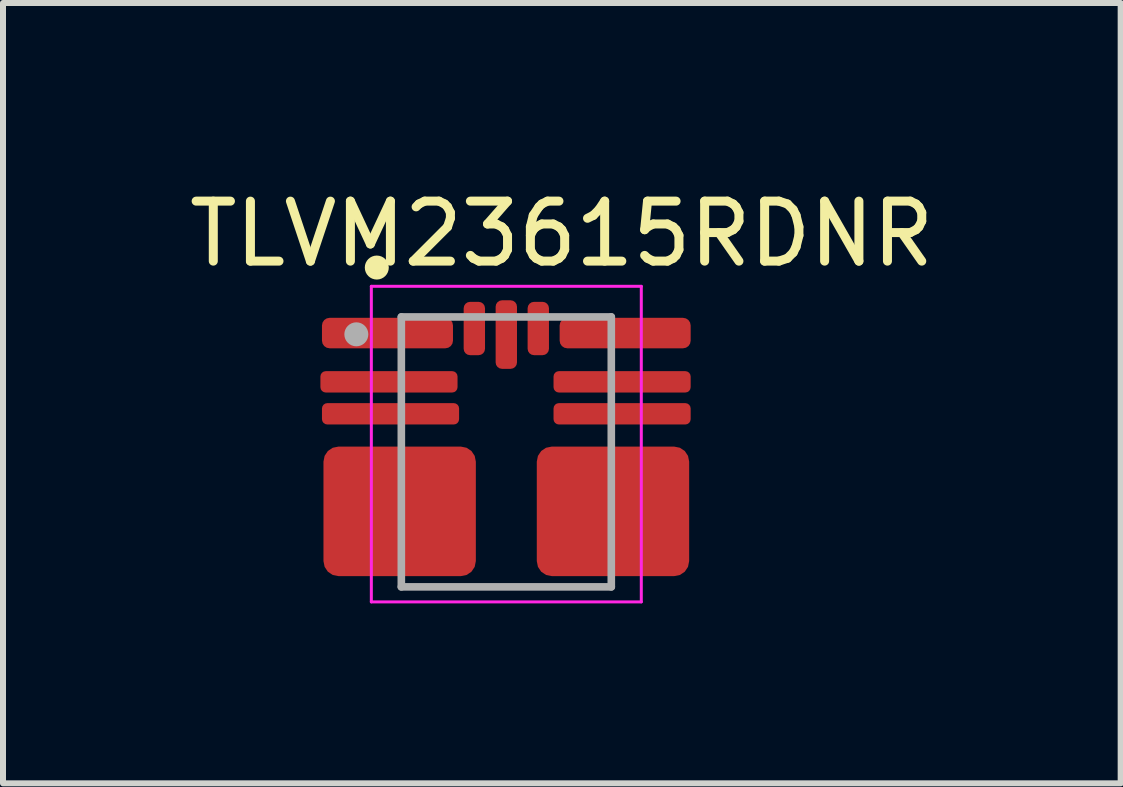
<source format=kicad_pcb>
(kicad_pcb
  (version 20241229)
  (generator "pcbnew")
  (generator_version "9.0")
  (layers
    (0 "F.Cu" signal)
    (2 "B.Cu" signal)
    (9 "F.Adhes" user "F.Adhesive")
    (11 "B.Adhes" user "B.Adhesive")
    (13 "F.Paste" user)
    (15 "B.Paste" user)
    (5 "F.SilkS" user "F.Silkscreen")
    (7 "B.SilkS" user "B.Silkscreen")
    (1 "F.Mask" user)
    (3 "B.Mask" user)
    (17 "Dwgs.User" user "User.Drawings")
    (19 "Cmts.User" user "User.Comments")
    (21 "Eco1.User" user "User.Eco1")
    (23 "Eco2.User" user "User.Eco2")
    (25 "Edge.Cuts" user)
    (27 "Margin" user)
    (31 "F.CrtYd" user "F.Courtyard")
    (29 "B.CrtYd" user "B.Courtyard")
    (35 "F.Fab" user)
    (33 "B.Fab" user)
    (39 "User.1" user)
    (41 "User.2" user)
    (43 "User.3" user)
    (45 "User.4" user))
  (footprint "TLVM23615RDNR"
    (layer "F.Cu")
    (at 5.39 4.483)
    (property "Reference" "TLVM23615RDNR" (at 0.925 -3.635 0) (layer "F.SilkS") (effects (font (size 1 1) (thickness 0.15))))
    (attr through_hole)
    (fp_circle (center -2.159 -3.073) (end -2.059 -3.073) (stroke (width 0.2) (type solid)) (fill no) (layer "F.SilkS"))
    (fp_poly (pts (xy -1.95 0.22) (xy -1.95 0.37) (xy -1.95 0.373) (xy -1.95 0.375) (xy -1.949 0.378) (xy -1.949 0.38) (xy -1.948 0.383) (xy -1.948 0.385) (xy -1.947 0.388) (xy -1.946 0.39) (xy -1.945 0.393) (xy -1.943 0.395) (xy -1.942 0.397) (xy -1.94 0.399) (xy -1.939 0.401) (xy -1.937 0.403) (xy -1.935 0.405) (xy -1.933 0.407) (xy -1.931 0.409) (xy -1.929 0.41) (xy -1.927 0.412) (xy -1.925 0.413) (xy -1.923 0.415) (xy -1.92 0.416) (xy -1.918 0.417) (xy -1.915 0.418) (xy -1.913 0.418) (xy -1.91 0.419) (xy -1.908 0.419) (xy -1.905 0.42) (xy -1.903 0.42) (xy -1.9 0.42) (xy -1.625 0.42) (xy -1.622 0.42) (xy -1.62 0.42) (xy -1.617 0.419) (xy -1.615 0.419) (xy -1.612 0.418) (xy -1.61 0.418) (xy -1.607 0.417) (xy -1.605 0.416) (xy -1.602 0.415) (xy -1.6 0.413) (xy -1.598 0.412) (xy -1.596 0.41) (xy -1.594 0.409) (xy -1.592 0.407) (xy -1.59 0.405) (xy -1.588 0.403) (xy -1.586 0.401) (xy -1.585 0.399) (xy -1.583 0.397) (xy -1.582 0.395) (xy -1.58 0.393) (xy -1.579 0.39) (xy -1.578 0.388) (xy -1.577 0.385) (xy -1.577 0.383) (xy -1.576 0.38) (xy -1.576 0.378) (xy -1.575 0.375) (xy -1.575 0.373) (xy -1.575 0.37) (xy -1.575 0.22) (xy -1.575 0.217) (xy -1.575 0.215) (xy -1.576 0.212) (xy -1.576 0.21) (xy -1.577 0.207) (xy -1.577 0.205) (xy -1.578 0.202) (xy -1.579 0.2) (xy -1.58 0.197) (xy -1.582 0.195) (xy -1.583 0.193) (xy -1.585 0.191) (xy -1.586 0.189) (xy -1.588 0.187) (xy -1.59 0.185) (xy -1.592 0.183) (xy -1.594 0.181) (xy -1.596 0.18) (xy -1.598 0.178) (xy -1.6 0.177) (xy -1.602 0.175) (xy -1.605 0.174) (xy -1.607 0.173) (xy -1.61 0.172) (xy -1.612 0.172) (xy -1.615 0.171) (xy -1.617 0.171) (xy -1.62 0.17) (xy -1.622 0.17) (xy -1.625 0.17) (xy -1.9 0.17) (xy -1.903 0.17) (xy -1.905 0.17) (xy -1.908 0.171) (xy -1.91 0.171) (xy -1.913 0.172) (xy -1.915 0.172) (xy -1.918 0.173) (xy -1.92 0.174) (xy -1.923 0.175) (xy -1.925 0.177) (xy -1.927 0.178) (xy -1.929 0.18) (xy -1.931 0.181) (xy -1.933 0.183) (xy -1.935 0.185) (xy -1.937 0.187) (xy -1.939 0.189) (xy -1.94 0.191) (xy -1.942 0.193) (xy -1.943 0.195) (xy -1.945 0.197) (xy -1.946 0.2) (xy -1.947 0.202) (xy -1.948 0.205) (xy -1.948 0.207) (xy -1.949 0.21) (xy -1.949 0.212) (xy -1.95 0.215) (xy -1.95 0.217) (xy -1.95 0.22)) (stroke (width 0.01) (type solid)) (fill yes) (layer "F.Paste"))
    (fp_poly (pts (xy -1.95 0.72) (xy -1.95 0.87) (xy -1.95 0.873) (xy -1.95 0.875) (xy -1.949 0.878) (xy -1.949 0.88) (xy -1.948 0.883) (xy -1.948 0.885) (xy -1.947 0.888) (xy -1.946 0.89) (xy -1.945 0.893) (xy -1.943 0.895) (xy -1.942 0.897) (xy -1.94 0.899) (xy -1.939 0.901) (xy -1.937 0.903) (xy -1.935 0.905) (xy -1.933 0.907) (xy -1.931 0.909) (xy -1.929 0.91) (xy -1.927 0.912) (xy -1.925 0.913) (xy -1.923 0.915) (xy -1.92 0.916) (xy -1.918 0.917) (xy -1.915 0.918) (xy -1.913 0.918) (xy -1.91 0.919) (xy -1.908 0.919) (xy -1.905 0.92) (xy -1.903 0.92) (xy -1.9 0.92) (xy -1.625 0.92) (xy -1.622 0.92) (xy -1.62 0.92) (xy -1.617 0.919) (xy -1.615 0.919) (xy -1.612 0.918) (xy -1.61 0.918) (xy -1.607 0.917) (xy -1.605 0.916) (xy -1.602 0.915) (xy -1.6 0.913) (xy -1.598 0.912) (xy -1.596 0.91) (xy -1.594 0.909) (xy -1.592 0.907) (xy -1.59 0.905) (xy -1.588 0.903) (xy -1.586 0.901) (xy -1.585 0.899) (xy -1.583 0.897) (xy -1.582 0.895) (xy -1.58 0.893) (xy -1.579 0.89) (xy -1.578 0.888) (xy -1.577 0.885) (xy -1.577 0.883) (xy -1.576 0.88) (xy -1.576 0.878) (xy -1.575 0.875) (xy -1.575 0.873) (xy -1.575 0.87) (xy -1.575 0.72) (xy -1.575 0.717) (xy -1.575 0.715) (xy -1.576 0.712) (xy -1.576 0.71) (xy -1.577 0.707) (xy -1.577 0.705) (xy -1.578 0.702) (xy -1.579 0.7) (xy -1.58 0.697) (xy -1.582 0.695) (xy -1.583 0.693) (xy -1.585 0.691) (xy -1.586 0.689) (xy -1.588 0.687) (xy -1.59 0.685) (xy -1.592 0.683) (xy -1.594 0.681) (xy -1.596 0.68) (xy -1.598 0.678) (xy -1.6 0.677) (xy -1.602 0.675) (xy -1.605 0.674) (xy -1.607 0.673) (xy -1.61 0.672) (xy -1.612 0.672) (xy -1.615 0.671) (xy -1.617 0.671) (xy -1.62 0.67) (xy -1.622 0.67) (xy -1.625 0.67) (xy -1.9 0.67) (xy -1.903 0.67) (xy -1.905 0.67) (xy -1.908 0.671) (xy -1.91 0.671) (xy -1.913 0.672) (xy -1.915 0.672) (xy -1.918 0.673) (xy -1.92 0.674) (xy -1.923 0.675) (xy -1.925 0.677) (xy -1.927 0.678) (xy -1.929 0.68) (xy -1.931 0.681) (xy -1.933 0.683) (xy -1.935 0.685) (xy -1.937 0.687) (xy -1.939 0.689) (xy -1.94 0.691) (xy -1.942 0.693) (xy -1.943 0.695) (xy -1.945 0.697) (xy -1.946 0.7) (xy -1.947 0.702) (xy -1.948 0.705) (xy -1.948 0.707) (xy -1.949 0.71) (xy -1.949 0.712) (xy -1.95 0.715) (xy -1.95 0.717) (xy -1.95 0.72)) (stroke (width 0.01) (type solid)) (fill yes) (layer "F.Paste"))
    (fp_poly (pts (xy -1.95 1.72) (xy -1.95 1.87) (xy -1.95 1.873) (xy -1.95 1.875) (xy -1.949 1.878) (xy -1.949 1.88) (xy -1.948 1.883) (xy -1.948 1.885) (xy -1.947 1.888) (xy -1.946 1.89) (xy -1.945 1.893) (xy -1.943 1.895) (xy -1.942 1.897) (xy -1.94 1.899) (xy -1.939 1.901) (xy -1.937 1.903) (xy -1.935 1.905) (xy -1.933 1.907) (xy -1.931 1.909) (xy -1.929 1.91) (xy -1.927 1.912) (xy -1.925 1.913) (xy -1.923 1.915) (xy -1.92 1.916) (xy -1.918 1.917) (xy -1.915 1.918) (xy -1.913 1.918) (xy -1.91 1.919) (xy -1.908 1.919) (xy -1.905 1.92) (xy -1.903 1.92) (xy -1.9 1.92) (xy -1.625 1.92) (xy -1.622 1.92) (xy -1.62 1.92) (xy -1.617 1.919) (xy -1.615 1.919) (xy -1.612 1.918) (xy -1.61 1.918) (xy -1.607 1.917) (xy -1.605 1.916) (xy -1.602 1.915) (xy -1.6 1.913) (xy -1.598 1.912) (xy -1.596 1.91) (xy -1.594 1.909) (xy -1.592 1.907) (xy -1.59 1.905) (xy -1.588 1.903) (xy -1.586 1.901) (xy -1.585 1.899) (xy -1.583 1.897) (xy -1.582 1.895) (xy -1.58 1.893) (xy -1.579 1.89) (xy -1.578 1.888) (xy -1.577 1.885) (xy -1.577 1.883) (xy -1.576 1.88) (xy -1.576 1.878) (xy -1.575 1.875) (xy -1.575 1.873) (xy -1.575 1.87) (xy -1.575 1.72) (xy -1.575 1.717) (xy -1.575 1.715) (xy -1.576 1.712) (xy -1.576 1.71) (xy -1.577 1.707) (xy -1.577 1.705) (xy -1.578 1.702) (xy -1.579 1.7) (xy -1.58 1.697) (xy -1.582 1.695) (xy -1.583 1.693) (xy -1.585 1.691) (xy -1.586 1.689) (xy -1.588 1.687) (xy -1.59 1.685) (xy -1.592 1.683) (xy -1.594 1.681) (xy -1.596 1.68) (xy -1.598 1.678) (xy -1.6 1.677) (xy -1.602 1.675) (xy -1.605 1.674) (xy -1.607 1.673) (xy -1.61 1.672) (xy -1.612 1.672) (xy -1.615 1.671) (xy -1.617 1.671) (xy -1.62 1.67) (xy -1.622 1.67) (xy -1.625 1.67) (xy -1.9 1.67) (xy -1.903 1.67) (xy -1.905 1.67) (xy -1.908 1.671) (xy -1.91 1.671) (xy -1.913 1.672) (xy -1.915 1.672) (xy -1.918 1.673) (xy -1.92 1.674) (xy -1.923 1.675) (xy -1.925 1.677) (xy -1.927 1.678) (xy -1.929 1.68) (xy -1.931 1.681) (xy -1.933 1.683) (xy -1.935 1.685) (xy -1.937 1.687) (xy -1.939 1.689) (xy -1.94 1.691) (xy -1.942 1.693) (xy -1.943 1.695) (xy -1.945 1.697) (xy -1.946 1.7) (xy -1.947 1.702) (xy -1.948 1.705) (xy -1.948 1.707) (xy -1.949 1.71) (xy -1.949 1.712) (xy -1.95 1.715) (xy -1.95 1.717) (xy -1.95 1.72)) (stroke (width 0.01) (type solid)) (fill yes) (layer "F.Paste"))
    (fp_poly (pts (xy -1.9 1.42) (xy -1.903 1.42) (xy -1.905 1.42) (xy -1.908 1.419) (xy -1.91 1.419) (xy -1.913 1.418) (xy -1.915 1.418) (xy -1.918 1.417) (xy -1.92 1.416) (xy -1.923 1.415) (xy -1.925 1.413) (xy -1.927 1.412) (xy -1.929 1.41) (xy -1.931 1.409) (xy -1.933 1.407) (xy -1.935 1.405) (xy -1.937 1.403) (xy -1.939 1.401) (xy -1.94 1.399) (xy -1.942 1.397) (xy -1.943 1.395) (xy -1.945 1.393) (xy -1.946 1.39) (xy -1.947 1.388) (xy -1.948 1.385) (xy -1.948 1.383) (xy -1.949 1.38) (xy -1.949 1.378) (xy -1.95 1.375) (xy -1.95 1.373) (xy -1.95 1.37) (xy -1.95 1.22) (xy -1.95 1.217) (xy -1.95 1.215) (xy -1.949 1.212) (xy -1.949 1.21) (xy -1.948 1.207) (xy -1.948 1.205) (xy -1.947 1.202) (xy -1.946 1.2) (xy -1.945 1.197) (xy -1.943 1.195) (xy -1.942 1.193) (xy -1.94 1.191) (xy -1.939 1.189) (xy -1.937 1.187) (xy -1.935 1.185) (xy -1.933 1.183) (xy -1.931 1.181) (xy -1.929 1.18) (xy -1.927 1.178) (xy -1.925 1.177) (xy -1.923 1.175) (xy -1.92 1.174) (xy -1.918 1.173) (xy -1.915 1.172) (xy -1.913 1.172) (xy -1.91 1.171) (xy -1.908 1.171) (xy -1.905 1.17) (xy -1.903 1.17) (xy -1.9 1.17) (xy -1.625 1.17) (xy -1.622 1.17) (xy -1.62 1.17) (xy -1.617 1.171) (xy -1.615 1.171) (xy -1.612 1.172) (xy -1.61 1.172) (xy -1.607 1.173) (xy -1.605 1.174) (xy -1.602 1.175) (xy -1.6 1.177) (xy -1.598 1.178) (xy -1.596 1.18) (xy -1.594 1.181) (xy -1.592 1.183) (xy -1.59 1.185) (xy -1.588 1.187) (xy -1.586 1.189) (xy -1.585 1.191) (xy -1.583 1.193) (xy -1.582 1.195) (xy -1.58 1.197) (xy -1.579 1.2) (xy -1.578 1.202) (xy -1.577 1.205) (xy -1.577 1.207) (xy -1.576 1.21) (xy -1.576 1.212) (xy -1.575 1.215) (xy -1.575 1.217) (xy -1.575 1.22) (xy -1.575 1.37) (xy -1.575 1.373) (xy -1.575 1.375) (xy -1.576 1.378) (xy -1.576 1.38) (xy -1.577 1.383) (xy -1.577 1.385) (xy -1.578 1.388) (xy -1.579 1.39) (xy -1.58 1.393) (xy -1.582 1.395) (xy -1.583 1.397) (xy -1.585 1.399) (xy -1.586 1.401) (xy -1.588 1.403) (xy -1.59 1.405) (xy -1.592 1.407) (xy -1.594 1.409) (xy -1.596 1.41) (xy -1.598 1.412) (xy -1.6 1.413) (xy -1.602 1.415) (xy -1.605 1.416) (xy -1.607 1.417) (xy -1.61 1.418) (xy -1.612 1.418) (xy -1.615 1.419) (xy -1.617 1.419) (xy -1.62 1.42) (xy -1.622 1.42) (xy -1.625 1.42) (xy -1.9 1.42)) (stroke (width 0.01) (type solid)) (fill yes) (layer "F.Paste"))
    (fp_poly (pts (xy -1.482 0.02) (xy -1.482 0.43) (xy -1.482 0.433) (xy -1.482 0.435) (xy -1.481 0.438) (xy -1.481 0.44) (xy -1.48 0.443) (xy -1.48 0.445) (xy -1.479 0.448) (xy -1.478 0.45) (xy -1.477 0.453) (xy -1.475 0.455) (xy -1.474 0.457) (xy -1.472 0.459) (xy -1.471 0.461) (xy -1.469 0.463) (xy -1.467 0.465) (xy -1.465 0.467) (xy -1.463 0.469) (xy -1.461 0.47) (xy -1.459 0.472) (xy -1.457 0.473) (xy -1.455 0.475) (xy -1.452 0.476) (xy -1.45 0.477) (xy -1.447 0.478) (xy -1.445 0.478) (xy -1.442 0.479) (xy -1.44 0.479) (xy -1.437 0.48) (xy -1.435 0.48) (xy -1.432 0.48) (xy -0.602 0.48) (xy -0.599 0.48) (xy -0.597 0.48) (xy -0.594 0.479) (xy -0.592 0.479) (xy -0.589 0.478) (xy -0.587 0.478) (xy -0.584 0.477) (xy -0.582 0.476) (xy -0.579 0.475) (xy -0.577 0.473) (xy -0.575 0.472) (xy -0.573 0.47) (xy -0.571 0.469) (xy -0.569 0.467) (xy -0.567 0.465) (xy -0.565 0.463) (xy -0.563 0.461) (xy -0.562 0.459) (xy -0.56 0.457) (xy -0.559 0.455) (xy -0.557 0.453) (xy -0.556 0.45) (xy -0.555 0.448) (xy -0.554 0.445) (xy -0.554 0.443) (xy -0.553 0.44) (xy -0.553 0.438) (xy -0.552 0.435) (xy -0.552 0.433) (xy -0.552 0.43) (xy -0.552 0.02) (xy -0.552 0.017) (xy -0.552 0.015) (xy -0.553 0.012) (xy -0.553 0.01) (xy -0.554 0.007) (xy -0.554 0.005) (xy -0.555 0.002) (xy -0.556 0) (xy -0.557 -0.003) (xy -0.559 -0.005) (xy -0.56 -0.007) (xy -0.562 -0.009) (xy -0.563 -0.011) (xy -0.565 -0.013) (xy -0.567 -0.015) (xy -0.569 -0.017) (xy -0.571 -0.019) (xy -0.573 -0.02) (xy -0.575 -0.022) (xy -0.577 -0.023) (xy -0.579 -0.025) (xy -0.582 -0.026) (xy -0.584 -0.027) (xy -0.587 -0.028) (xy -0.589 -0.028) (xy -0.592 -0.029) (xy -0.594 -0.029) (xy -0.597 -0.03) (xy -0.599 -0.03) (xy -0.602 -0.03) (xy -1.432 -0.03) (xy -1.435 -0.03) (xy -1.437 -0.03) (xy -1.44 -0.029) (xy -1.442 -0.029) (xy -1.445 -0.028) (xy -1.447 -0.028) (xy -1.45 -0.027) (xy -1.452 -0.026) (xy -1.455 -0.025) (xy -1.457 -0.023) (xy -1.459 -0.022) (xy -1.461 -0.02) (xy -1.463 -0.019) (xy -1.465 -0.017) (xy -1.467 -0.015) (xy -1.469 -0.013) (xy -1.471 -0.011) (xy -1.472 -0.009) (xy -1.474 -0.007) (xy -1.475 -0.005) (xy -1.477 -0.003) (xy -1.478 0) (xy -1.479 0.002) (xy -1.48 0.005) (xy -1.48 0.007) (xy -1.481 0.01) (xy -1.481 0.012) (xy -1.482 0.015) (xy -1.482 0.017) (xy -1.482 0.02)) (stroke (width 0.01) (type solid)) (fill yes) (layer "F.Paste"))
    (fp_poly (pts (xy -1.482 0.735) (xy -1.482 1.255) (xy -1.482 1.258) (xy -1.482 1.26) (xy -1.481 1.263) (xy -1.481 1.265) (xy -1.48 1.268) (xy -1.48 1.27) (xy -1.479 1.273) (xy -1.478 1.275) (xy -1.477 1.278) (xy -1.475 1.28) (xy -1.474 1.282) (xy -1.472 1.284) (xy -1.471 1.286) (xy -1.469 1.288) (xy -1.467 1.29) (xy -1.465 1.292) (xy -1.463 1.294) (xy -1.461 1.295) (xy -1.459 1.297) (xy -1.457 1.298) (xy -1.455 1.3) (xy -1.452 1.301) (xy -1.45 1.302) (xy -1.447 1.303) (xy -1.445 1.303) (xy -1.442 1.304) (xy -1.44 1.304) (xy -1.437 1.305) (xy -1.435 1.305) (xy -1.432 1.305) (xy -0.602 1.305) (xy -0.599 1.305) (xy -0.597 1.305) (xy -0.594 1.304) (xy -0.592 1.304) (xy -0.589 1.303) (xy -0.587 1.303) (xy -0.584 1.302) (xy -0.582 1.301) (xy -0.579 1.3) (xy -0.577 1.298) (xy -0.575 1.297) (xy -0.573 1.295) (xy -0.571 1.294) (xy -0.569 1.292) (xy -0.567 1.29) (xy -0.565 1.288) (xy -0.563 1.286) (xy -0.562 1.284) (xy -0.56 1.282) (xy -0.559 1.28) (xy -0.557 1.278) (xy -0.556 1.275) (xy -0.555 1.273) (xy -0.554 1.27) (xy -0.554 1.268) (xy -0.553 1.265) (xy -0.553 1.263) (xy -0.552 1.26) (xy -0.552 1.258) (xy -0.552 1.255) (xy -0.552 0.735) (xy -0.552 0.732) (xy -0.552 0.73) (xy -0.553 0.727) (xy -0.553 0.725) (xy -0.554 0.722) (xy -0.554 0.72) (xy -0.555 0.717) (xy -0.556 0.715) (xy -0.557 0.712) (xy -0.559 0.71) (xy -0.56 0.708) (xy -0.562 0.706) (xy -0.563 0.704) (xy -0.565 0.702) (xy -0.567 0.7) (xy -0.569 0.698) (xy -0.571 0.696) (xy -0.573 0.695) (xy -0.575 0.693) (xy -0.577 0.692) (xy -0.579 0.69) (xy -0.582 0.689) (xy -0.584 0.688) (xy -0.587 0.687) (xy -0.589 0.687) (xy -0.592 0.686) (xy -0.594 0.686) (xy -0.597 0.685) (xy -0.599 0.685) (xy -0.602 0.685) (xy -1.432 0.685) (xy -1.435 0.685) (xy -1.437 0.685) (xy -1.44 0.686) (xy -1.442 0.686) (xy -1.445 0.687) (xy -1.447 0.687) (xy -1.45 0.688) (xy -1.452 0.689) (xy -1.455 0.69) (xy -1.457 0.692) (xy -1.459 0.693) (xy -1.461 0.695) (xy -1.463 0.696) (xy -1.465 0.698) (xy -1.467 0.7) (xy -1.469 0.702) (xy -1.471 0.704) (xy -1.472 0.706) (xy -1.474 0.708) (xy -1.475 0.71) (xy -1.477 0.712) (xy -1.478 0.715) (xy -1.479 0.717) (xy -1.48 0.72) (xy -1.48 0.722) (xy -1.481 0.725) (xy -1.481 0.727) (xy -1.482 0.73) (xy -1.482 0.732) (xy -1.482 0.735)) (stroke (width 0.01) (type solid)) (fill yes) (layer "F.Paste"))
    (fp_poly (pts (xy -1.432 2.02) (xy -1.435 2.02) (xy -1.437 2.02) (xy -1.44 2.019) (xy -1.442 2.019) (xy -1.445 2.018) (xy -1.447 2.018) (xy -1.45 2.017) (xy -1.452 2.016) (xy -1.455 2.015) (xy -1.457 2.013) (xy -1.459 2.012) (xy -1.461 2.01) (xy -1.463 2.009) (xy -1.465 2.007) (xy -1.467 2.005) (xy -1.469 2.003) (xy -1.471 2.001) (xy -1.472 1.999) (xy -1.474 1.997) (xy -1.475 1.995) (xy -1.477 1.993) (xy -1.478 1.99) (xy -1.479 1.988) (xy -1.48 1.985) (xy -1.48 1.983) (xy -1.481 1.98) (xy -1.481 1.978) (xy -1.482 1.975) (xy -1.482 1.973) (xy -1.482 1.97) (xy -1.482 1.56) (xy -1.482 1.557) (xy -1.482 1.555) (xy -1.481 1.552) (xy -1.481 1.55) (xy -1.48 1.547) (xy -1.48 1.545) (xy -1.479 1.542) (xy -1.478 1.54) (xy -1.477 1.537) (xy -1.475 1.535) (xy -1.474 1.533) (xy -1.472 1.531) (xy -1.471 1.529) (xy -1.469 1.527) (xy -1.467 1.525) (xy -1.465 1.523) (xy -1.463 1.521) (xy -1.461 1.52) (xy -1.459 1.518) (xy -1.457 1.517) (xy -1.455 1.515) (xy -1.452 1.514) (xy -1.45 1.513) (xy -1.447 1.512) (xy -1.445 1.512) (xy -1.442 1.511) (xy -1.44 1.511) (xy -1.437 1.51) (xy -1.435 1.51) (xy -1.432 1.51) (xy -0.602 1.51) (xy -0.599 1.51) (xy -0.597 1.51) (xy -0.594 1.511) (xy -0.592 1.511) (xy -0.589 1.512) (xy -0.587 1.512) (xy -0.584 1.513) (xy -0.582 1.514) (xy -0.579 1.515) (xy -0.577 1.517) (xy -0.575 1.518) (xy -0.573 1.52) (xy -0.571 1.521) (xy -0.569 1.523) (xy -0.567 1.525) (xy -0.565 1.527) (xy -0.563 1.529) (xy -0.562 1.531) (xy -0.56 1.533) (xy -0.559 1.535) (xy -0.557 1.537) (xy -0.556 1.54) (xy -0.555 1.542) (xy -0.554 1.545) (xy -0.554 1.547) (xy -0.553 1.55) (xy -0.553 1.552) (xy -0.552 1.555) (xy -0.552 1.557) (xy -0.552 1.56) (xy -0.552 1.97) (xy -0.552 1.973) (xy -0.552 1.975) (xy -0.553 1.978) (xy -0.553 1.98) (xy -0.554 1.983) (xy -0.554 1.985) (xy -0.555 1.988) (xy -0.556 1.99) (xy -0.557 1.993) (xy -0.559 1.995) (xy -0.56 1.997) (xy -0.562 1.999) (xy -0.563 2.001) (xy -0.565 2.003) (xy -0.567 2.005) (xy -0.569 2.007) (xy -0.571 2.009) (xy -0.573 2.01) (xy -0.575 2.012) (xy -0.577 2.013) (xy -0.579 2.015) (xy -0.582 2.016) (xy -0.584 2.017) (xy -0.587 2.018) (xy -0.589 2.018) (xy -0.592 2.019) (xy -0.594 2.019) (xy -0.597 2.02) (xy -0.599 2.02) (xy -0.602 2.02) (xy -1.432 2.02)) (stroke (width 0.01) (type solid)) (fill yes) (layer "F.Paste"))
    (fp_poly (pts (xy -0.625 -2.41) (xy -0.625 -1.71) (xy -0.625 -1.707) (xy -0.625 -1.705) (xy -0.624 -1.702) (xy -0.624 -1.7) (xy -0.623 -1.697) (xy -0.623 -1.695) (xy -0.622 -1.692) (xy -0.621 -1.69) (xy -0.62 -1.687) (xy -0.618 -1.685) (xy -0.617 -1.683) (xy -0.615 -1.681) (xy -0.614 -1.679) (xy -0.612 -1.677) (xy -0.61 -1.675) (xy -0.608 -1.673) (xy -0.606 -1.671) (xy -0.604 -1.67) (xy -0.602 -1.668) (xy -0.6 -1.667) (xy -0.598 -1.665) (xy -0.595 -1.664) (xy -0.593 -1.663) (xy -0.59 -1.662) (xy -0.588 -1.662) (xy -0.585 -1.661) (xy -0.583 -1.661) (xy -0.58 -1.66) (xy -0.578 -1.66) (xy -0.575 -1.66) (xy -0.425 -1.66) (xy -0.422 -1.66) (xy -0.42 -1.66) (xy -0.417 -1.661) (xy -0.415 -1.661) (xy -0.412 -1.662) (xy -0.41 -1.662) (xy -0.407 -1.663) (xy -0.405 -1.664) (xy -0.402 -1.665) (xy -0.4 -1.667) (xy -0.398 -1.668) (xy -0.396 -1.67) (xy -0.394 -1.671) (xy -0.392 -1.673) (xy -0.39 -1.675) (xy -0.388 -1.677) (xy -0.386 -1.679) (xy -0.385 -1.681) (xy -0.383 -1.683) (xy -0.382 -1.685) (xy -0.38 -1.687) (xy -0.379 -1.69) (xy -0.378 -1.692) (xy -0.377 -1.695) (xy -0.377 -1.697) (xy -0.376 -1.7) (xy -0.376 -1.702) (xy -0.375 -1.705) (xy -0.375 -1.707) (xy -0.375 -1.71) (xy -0.375 -2.41) (xy -0.375 -2.413) (xy -0.375 -2.415) (xy -0.376 -2.418) (xy -0.376 -2.42) (xy -0.377 -2.423) (xy -0.377 -2.425) (xy -0.378 -2.428) (xy -0.379 -2.43) (xy -0.38 -2.433) (xy -0.382 -2.435) (xy -0.383 -2.437) (xy -0.385 -2.439) (xy -0.386 -2.441) (xy -0.388 -2.443) (xy -0.39 -2.445) (xy -0.392 -2.447) (xy -0.394 -2.449) (xy -0.396 -2.45) (xy -0.398 -2.452) (xy -0.4 -2.453) (xy -0.402 -2.455) (xy -0.405 -2.456) (xy -0.407 -2.457) (xy -0.41 -2.458) (xy -0.412 -2.458) (xy -0.415 -2.459) (xy -0.417 -2.459) (xy -0.42 -2.46) (xy -0.422 -2.46) (xy -0.425 -2.46) (xy -0.575 -2.46) (xy -0.578 -2.46) (xy -0.58 -2.46) (xy -0.583 -2.459) (xy -0.585 -2.459) (xy -0.588 -2.458) (xy -0.59 -2.458) (xy -0.593 -2.457) (xy -0.595 -2.456) (xy -0.598 -2.455) (xy -0.6 -2.453) (xy -0.602 -2.452) (xy -0.604 -2.45) (xy -0.606 -2.449) (xy -0.608 -2.447) (xy -0.61 -2.445) (xy -0.612 -2.443) (xy -0.614 -2.441) (xy -0.615 -2.439) (xy -0.617 -2.437) (xy -0.618 -2.435) (xy -0.62 -2.433) (xy -0.621 -2.43) (xy -0.622 -2.428) (xy -0.623 -2.425) (xy -0.623 -2.423) (xy -0.624 -2.42) (xy -0.624 -2.418) (xy -0.625 -2.415) (xy -0.625 -2.413) (xy -0.625 -2.41)) (stroke (width 0.01) (type solid)) (fill yes) (layer "F.Paste"))
    (fp_poly (pts (xy 0.625 -2.41) (xy 0.625 -1.71) (xy 0.625 -1.707) (xy 0.625 -1.705) (xy 0.624 -1.702) (xy 0.624 -1.7) (xy 0.623 -1.697) (xy 0.623 -1.695) (xy 0.622 -1.692) (xy 0.621 -1.69) (xy 0.62 -1.687) (xy 0.618 -1.685) (xy 0.617 -1.683) (xy 0.615 -1.681) (xy 0.614 -1.679) (xy 0.612 -1.677) (xy 0.61 -1.675) (xy 0.608 -1.673) (xy 0.606 -1.671) (xy 0.604 -1.67) (xy 0.602 -1.668) (xy 0.6 -1.667) (xy 0.598 -1.665) (xy 0.595 -1.664) (xy 0.593 -1.663) (xy 0.59 -1.662) (xy 0.588 -1.662) (xy 0.585 -1.661) (xy 0.583 -1.661) (xy 0.58 -1.66) (xy 0.578 -1.66) (xy 0.575 -1.66) (xy 0.425 -1.66) (xy 0.422 -1.66) (xy 0.42 -1.66) (xy 0.417 -1.661) (xy 0.415 -1.661) (xy 0.412 -1.662) (xy 0.41 -1.662) (xy 0.407 -1.663) (xy 0.405 -1.664) (xy 0.402 -1.665) (xy 0.4 -1.667) (xy 0.398 -1.668) (xy 0.396 -1.67) (xy 0.394 -1.671) (xy 0.392 -1.673) (xy 0.39 -1.675) (xy 0.388 -1.677) (xy 0.386 -1.679) (xy 0.385 -1.681) (xy 0.383 -1.683) (xy 0.382 -1.685) (xy 0.38 -1.687) (xy 0.379 -1.69) (xy 0.378 -1.692) (xy 0.377 -1.695) (xy 0.377 -1.697) (xy 0.376 -1.7) (xy 0.376 -1.702) (xy 0.375 -1.705) (xy 0.375 -1.707) (xy 0.375 -1.71) (xy 0.375 -2.41) (xy 0.375 -2.413) (xy 0.375 -2.415) (xy 0.376 -2.418) (xy 0.376 -2.42) (xy 0.377 -2.423) (xy 0.377 -2.425) (xy 0.378 -2.428) (xy 0.379 -2.43) (xy 0.38 -2.433) (xy 0.382 -2.435) (xy 0.383 -2.437) (xy 0.385 -2.439) (xy 0.386 -2.441) (xy 0.388 -2.443) (xy 0.39 -2.445) (xy 0.392 -2.447) (xy 0.394 -2.449) (xy 0.396 -2.45) (xy 0.398 -2.452) (xy 0.4 -2.453) (xy 0.402 -2.455) (xy 0.405 -2.456) (xy 0.407 -2.457) (xy 0.41 -2.458) (xy 0.412 -2.458) (xy 0.415 -2.459) (xy 0.417 -2.459) (xy 0.42 -2.46) (xy 0.422 -2.46) (xy 0.425 -2.46) (xy 0.575 -2.46) (xy 0.578 -2.46) (xy 0.58 -2.46) (xy 0.583 -2.459) (xy 0.585 -2.459) (xy 0.588 -2.458) (xy 0.59 -2.458) (xy 0.593 -2.457) (xy 0.595 -2.456) (xy 0.598 -2.455) (xy 0.6 -2.453) (xy 0.602 -2.452) (xy 0.604 -2.45) (xy 0.606 -2.449) (xy 0.608 -2.447) (xy 0.61 -2.445) (xy 0.612 -2.443) (xy 0.614 -2.441) (xy 0.615 -2.439) (xy 0.617 -2.437) (xy 0.618 -2.435) (xy 0.62 -2.433) (xy 0.621 -2.43) (xy 0.622 -2.428) (xy 0.623 -2.425) (xy 0.623 -2.423) (xy 0.624 -2.42) (xy 0.624 -2.418) (xy 0.625 -2.415) (xy 0.625 -2.413) (xy 0.625 -2.41)) (stroke (width 0.01) (type solid)) (fill yes) (layer "F.Paste"))
    (fp_poly (pts (xy 1.432 2.02) (xy 1.435 2.02) (xy 1.437 2.02) (xy 1.44 2.019) (xy 1.442 2.019) (xy 1.445 2.018) (xy 1.447 2.018) (xy 1.45 2.017) (xy 1.452 2.016) (xy 1.455 2.015) (xy 1.457 2.013) (xy 1.459 2.012) (xy 1.461 2.01) (xy 1.463 2.009) (xy 1.465 2.007) (xy 1.467 2.005) (xy 1.469 2.003) (xy 1.471 2.001) (xy 1.472 1.999) (xy 1.474 1.997) (xy 1.475 1.995) (xy 1.477 1.993) (xy 1.478 1.99) (xy 1.479 1.988) (xy 1.48 1.985) (xy 1.48 1.983) (xy 1.481 1.98) (xy 1.481 1.978) (xy 1.482 1.975) (xy 1.482 1.973) (xy 1.482 1.97) (xy 1.482 1.56) (xy 1.482 1.557) (xy 1.482 1.555) (xy 1.481 1.552) (xy 1.481 1.55) (xy 1.48 1.547) (xy 1.48 1.545) (xy 1.479 1.542) (xy 1.478 1.54) (xy 1.477 1.537) (xy 1.475 1.535) (xy 1.474 1.533) (xy 1.472 1.531) (xy 1.471 1.529) (xy 1.469 1.527) (xy 1.467 1.525) (xy 1.465 1.523) (xy 1.463 1.521) (xy 1.461 1.52) (xy 1.459 1.518) (xy 1.457 1.517) (xy 1.455 1.515) (xy 1.452 1.514) (xy 1.45 1.513) (xy 1.447 1.512) (xy 1.445 1.512) (xy 1.442 1.511) (xy 1.44 1.511) (xy 1.437 1.51) (xy 1.435 1.51) (xy 1.432 1.51) (xy 0.602 1.51) (xy 0.599 1.51) (xy 0.597 1.51) (xy 0.594 1.511) (xy 0.592 1.511) (xy 0.589 1.512) (xy 0.587 1.512) (xy 0.584 1.513) (xy 0.582 1.514) (xy 0.579 1.515) (xy 0.577 1.517) (xy 0.575 1.518) (xy 0.573 1.52) (xy 0.571 1.521) (xy 0.569 1.523) (xy 0.567 1.525) (xy 0.565 1.527) (xy 0.563 1.529) (xy 0.562 1.531) (xy 0.56 1.533) (xy 0.559 1.535) (xy 0.557 1.537) (xy 0.556 1.54) (xy 0.555 1.542) (xy 0.554 1.545) (xy 0.554 1.547) (xy 0.553 1.55) (xy 0.553 1.552) (xy 0.552 1.555) (xy 0.552 1.557) (xy 0.552 1.56) (xy 0.552 1.97) (xy 0.552 1.973) (xy 0.552 1.975) (xy 0.553 1.978) (xy 0.553 1.98) (xy 0.554 1.983) (xy 0.554 1.985) (xy 0.555 1.988) (xy 0.556 1.99) (xy 0.557 1.993) (xy 0.559 1.995) (xy 0.56 1.997) (xy 0.562 1.999) (xy 0.563 2.001) (xy 0.565 2.003) (xy 0.567 2.005) (xy 0.569 2.007) (xy 0.571 2.009) (xy 0.573 2.01) (xy 0.575 2.012) (xy 0.577 2.013) (xy 0.579 2.015) (xy 0.582 2.016) (xy 0.584 2.017) (xy 0.587 2.018) (xy 0.589 2.018) (xy 0.592 2.019) (xy 0.594 2.019) (xy 0.597 2.02) (xy 0.599 2.02) (xy 0.602 2.02) (xy 1.432 2.02)) (stroke (width 0.01) (type solid)) (fill yes) (layer "F.Paste"))
    (fp_poly (pts (xy 1.482 0.02) (xy 1.482 0.43) (xy 1.482 0.433) (xy 1.482 0.435) (xy 1.481 0.438) (xy 1.481 0.44) (xy 1.48 0.443) (xy 1.48 0.445) (xy 1.479 0.448) (xy 1.478 0.45) (xy 1.477 0.453) (xy 1.475 0.455) (xy 1.474 0.457) (xy 1.472 0.459) (xy 1.471 0.461) (xy 1.469 0.463) (xy 1.467 0.465) (xy 1.465 0.467) (xy 1.463 0.469) (xy 1.461 0.47) (xy 1.459 0.472) (xy 1.457 0.473) (xy 1.455 0.475) (xy 1.452 0.476) (xy 1.45 0.477) (xy 1.447 0.478) (xy 1.445 0.478) (xy 1.442 0.479) (xy 1.44 0.479) (xy 1.437 0.48) (xy 1.435 0.48) (xy 1.432 0.48) (xy 0.602 0.48) (xy 0.599 0.48) (xy 0.597 0.48) (xy 0.594 0.479) (xy 0.592 0.479) (xy 0.589 0.478) (xy 0.587 0.478) (xy 0.584 0.477) (xy 0.582 0.476) (xy 0.579 0.475) (xy 0.577 0.473) (xy 0.575 0.472) (xy 0.573 0.47) (xy 0.571 0.469) (xy 0.569 0.467) (xy 0.567 0.465) (xy 0.565 0.463) (xy 0.563 0.461) (xy 0.562 0.459) (xy 0.56 0.457) (xy 0.559 0.455) (xy 0.557 0.453) (xy 0.556 0.45) (xy 0.555 0.448) (xy 0.554 0.445) (xy 0.554 0.443) (xy 0.553 0.44) (xy 0.553 0.438) (xy 0.552 0.435) (xy 0.552 0.433) (xy 0.552 0.43) (xy 0.552 0.02) (xy 0.552 0.017) (xy 0.552 0.015) (xy 0.553 0.012) (xy 0.553 0.01) (xy 0.554 0.007) (xy 0.554 0.005) (xy 0.555 0.002) (xy 0.556 0) (xy 0.557 -0.003) (xy 0.559 -0.005) (xy 0.56 -0.007) (xy 0.562 -0.009) (xy 0.563 -0.011) (xy 0.565 -0.013) (xy 0.567 -0.015) (xy 0.569 -0.017) (xy 0.571 -0.019) (xy 0.573 -0.02) (xy 0.575 -0.022) (xy 0.577 -0.023) (xy 0.579 -0.025) (xy 0.582 -0.026) (xy 0.584 -0.027) (xy 0.587 -0.028) (xy 0.589 -0.028) (xy 0.592 -0.029) (xy 0.594 -0.029) (xy 0.597 -0.03) (xy 0.599 -0.03) (xy 0.602 -0.03) (xy 1.432 -0.03) (xy 1.435 -0.03) (xy 1.437 -0.03) (xy 1.44 -0.029) (xy 1.442 -0.029) (xy 1.445 -0.028) (xy 1.447 -0.028) (xy 1.45 -0.027) (xy 1.452 -0.026) (xy 1.455 -0.025) (xy 1.457 -0.023) (xy 1.459 -0.022) (xy 1.461 -0.02) (xy 1.463 -0.019) (xy 1.465 -0.017) (xy 1.467 -0.015) (xy 1.469 -0.013) (xy 1.471 -0.011) (xy 1.472 -0.009) (xy 1.474 -0.007) (xy 1.475 -0.005) (xy 1.477 -0.003) (xy 1.478 0) (xy 1.479 0.002) (xy 1.48 0.005) (xy 1.48 0.007) (xy 1.481 0.01) (xy 1.481 0.012) (xy 1.482 0.015) (xy 1.482 0.017) (xy 1.482 0.02)) (stroke (width 0.01) (type solid)) (fill yes) (layer "F.Paste"))
    (fp_poly (pts (xy 1.482 0.735) (xy 1.482 1.255) (xy 1.482 1.258) (xy 1.482 1.26) (xy 1.481 1.263) (xy 1.481 1.265) (xy 1.48 1.268) (xy 1.48 1.27) (xy 1.479 1.273) (xy 1.478 1.275) (xy 1.477 1.278) (xy 1.475 1.28) (xy 1.474 1.282) (xy 1.472 1.284) (xy 1.471 1.286) (xy 1.469 1.288) (xy 1.467 1.29) (xy 1.465 1.292) (xy 1.463 1.294) (xy 1.461 1.295) (xy 1.459 1.297) (xy 1.457 1.298) (xy 1.455 1.3) (xy 1.452 1.301) (xy 1.45 1.302) (xy 1.447 1.303) (xy 1.445 1.303) (xy 1.442 1.304) (xy 1.44 1.304) (xy 1.437 1.305) (xy 1.435 1.305) (xy 1.432 1.305) (xy 0.602 1.305) (xy 0.599 1.305) (xy 0.597 1.305) (xy 0.594 1.304) (xy 0.592 1.304) (xy 0.589 1.303) (xy 0.587 1.303) (xy 0.584 1.302) (xy 0.582 1.301) (xy 0.579 1.3) (xy 0.577 1.298) (xy 0.575 1.297) (xy 0.573 1.295) (xy 0.571 1.294) (xy 0.569 1.292) (xy 0.567 1.29) (xy 0.565 1.288) (xy 0.563 1.286) (xy 0.562 1.284) (xy 0.56 1.282) (xy 0.559 1.28) (xy 0.557 1.278) (xy 0.556 1.275) (xy 0.555 1.273) (xy 0.554 1.27) (xy 0.554 1.268) (xy 0.553 1.265) (xy 0.553 1.263) (xy 0.552 1.26) (xy 0.552 1.258) (xy 0.552 1.255) (xy 0.552 0.735) (xy 0.552 0.732) (xy 0.552 0.73) (xy 0.553 0.727) (xy 0.553 0.725) (xy 0.554 0.722) (xy 0.554 0.72) (xy 0.555 0.717) (xy 0.556 0.715) (xy 0.557 0.712) (xy 0.559 0.71) (xy 0.56 0.708) (xy 0.562 0.706) (xy 0.563 0.704) (xy 0.565 0.702) (xy 0.567 0.7) (xy 0.569 0.698) (xy 0.571 0.696) (xy 0.573 0.695) (xy 0.575 0.693) (xy 0.577 0.692) (xy 0.579 0.69) (xy 0.582 0.689) (xy 0.584 0.688) (xy 0.587 0.687) (xy 0.589 0.687) (xy 0.592 0.686) (xy 0.594 0.686) (xy 0.597 0.685) (xy 0.599 0.685) (xy 0.602 0.685) (xy 1.432 0.685) (xy 1.435 0.685) (xy 1.437 0.685) (xy 1.44 0.686) (xy 1.442 0.686) (xy 1.445 0.687) (xy 1.447 0.687) (xy 1.45 0.688) (xy 1.452 0.689) (xy 1.455 0.69) (xy 1.457 0.692) (xy 1.459 0.693) (xy 1.461 0.695) (xy 1.463 0.696) (xy 1.465 0.698) (xy 1.467 0.7) (xy 1.469 0.702) (xy 1.471 0.704) (xy 1.472 0.706) (xy 1.474 0.708) (xy 1.475 0.71) (xy 1.477 0.712) (xy 1.478 0.715) (xy 1.479 0.717) (xy 1.48 0.72) (xy 1.48 0.722) (xy 1.481 0.725) (xy 1.481 0.727) (xy 1.482 0.73) (xy 1.482 0.732) (xy 1.482 0.735)) (stroke (width 0.01) (type solid)) (fill yes) (layer "F.Paste"))
    (fp_poly (pts (xy 1.9 -0.525) (xy 1.903 -0.525) (xy 1.905 -0.525) (xy 1.908 -0.526) (xy 1.91 -0.526) (xy 1.913 -0.527) (xy 1.915 -0.527) (xy 1.918 -0.528) (xy 1.92 -0.529) (xy 1.923 -0.53) (xy 1.925 -0.532) (xy 1.927 -0.533) (xy 1.929 -0.535) (xy 1.931 -0.536) (xy 1.933 -0.538) (xy 1.935 -0.54) (xy 1.937 -0.542) (xy 1.939 -0.544) (xy 1.94 -0.546) (xy 1.942 -0.548) (xy 1.943 -0.55) (xy 1.945 -0.552) (xy 1.946 -0.555) (xy 1.947 -0.557) (xy 1.948 -0.56) (xy 1.948 -0.562) (xy 1.949 -0.565) (xy 1.949 -0.567) (xy 1.95 -0.57) (xy 1.95 -0.572) (xy 1.95 -0.575) (xy 1.95 -0.725) (xy 1.95 -0.728) (xy 1.95 -0.73) (xy 1.949 -0.733) (xy 1.949 -0.735) (xy 1.948 -0.738) (xy 1.948 -0.74) (xy 1.947 -0.743) (xy 1.946 -0.745) (xy 1.945 -0.748) (xy 1.943 -0.75) (xy 1.942 -0.752) (xy 1.94 -0.754) (xy 1.939 -0.756) (xy 1.937 -0.758) (xy 1.935 -0.76) (xy 1.933 -0.762) (xy 1.931 -0.764) (xy 1.929 -0.765) (xy 1.927 -0.767) (xy 1.925 -0.768) (xy 1.923 -0.77) (xy 1.92 -0.771) (xy 1.918 -0.772) (xy 1.915 -0.773) (xy 1.913 -0.773) (xy 1.91 -0.774) (xy 1.908 -0.774) (xy 1.905 -0.775) (xy 1.903 -0.775) (xy 1.9 -0.775) (xy 0.9 -0.775) (xy 0.897 -0.775) (xy 0.895 -0.775) (xy 0.892 -0.774) (xy 0.89 -0.774) (xy 0.887 -0.773) (xy 0.885 -0.773) (xy 0.882 -0.772) (xy 0.88 -0.771) (xy 0.877 -0.77) (xy 0.875 -0.768) (xy 0.873 -0.767) (xy 0.871 -0.765) (xy 0.869 -0.764) (xy 0.867 -0.762) (xy 0.865 -0.76) (xy 0.863 -0.758) (xy 0.861 -0.756) (xy 0.86 -0.754) (xy 0.858 -0.752) (xy 0.857 -0.75) (xy 0.855 -0.748) (xy 0.854 -0.745) (xy 0.853 -0.743) (xy 0.852 -0.74) (xy 0.852 -0.738) (xy 0.851 -0.735) (xy 0.851 -0.733) (xy 0.85 -0.73) (xy 0.85 -0.728) (xy 0.85 -0.725) (xy 0.85 -0.575) (xy 0.85 -0.572) (xy 0.85 -0.57) (xy 0.851 -0.567) (xy 0.851 -0.565) (xy 0.852 -0.562) (xy 0.852 -0.56) (xy 0.853 -0.557) (xy 0.854 -0.555) (xy 0.855 -0.552) (xy 0.857 -0.55) (xy 0.858 -0.548) (xy 0.86 -0.546) (xy 0.861 -0.544) (xy 0.863 -0.542) (xy 0.865 -0.54) (xy 0.867 -0.538) (xy 0.869 -0.536) (xy 0.871 -0.535) (xy 0.873 -0.533) (xy 0.875 -0.532) (xy 0.877 -0.53) (xy 0.88 -0.529) (xy 0.882 -0.528) (xy 0.885 -0.527) (xy 0.887 -0.527) (xy 0.89 -0.526) (xy 0.892 -0.526) (xy 0.895 -0.525) (xy 0.897 -0.525) (xy 0.9 -0.525) (xy 1.9 -0.525)) (stroke (width 0.01) (type solid)) (fill yes) (layer "F.Paste"))
    (fp_poly (pts (xy 1.95 -1.225) (xy 1.95 -1.075) (xy 1.95 -1.072) (xy 1.95 -1.07) (xy 1.949 -1.067) (xy 1.949 -1.065) (xy 1.948 -1.062) (xy 1.948 -1.06) (xy 1.947 -1.057) (xy 1.946 -1.055) (xy 1.945 -1.052) (xy 1.943 -1.05) (xy 1.942 -1.048) (xy 1.94 -1.046) (xy 1.939 -1.044) (xy 1.937 -1.042) (xy 1.935 -1.04) (xy 1.933 -1.038) (xy 1.931 -1.036) (xy 1.929 -1.035) (xy 1.927 -1.033) (xy 1.925 -1.032) (xy 1.923 -1.03) (xy 1.92 -1.029) (xy 1.918 -1.028) (xy 1.915 -1.027) (xy 1.913 -1.027) (xy 1.91 -1.026) (xy 1.908 -1.026) (xy 1.905 -1.025) (xy 1.903 -1.025) (xy 1.9 -1.025) (xy 0.9 -1.025) (xy 0.897 -1.025) (xy 0.895 -1.025) (xy 0.892 -1.026) (xy 0.89 -1.026) (xy 0.887 -1.027) (xy 0.885 -1.027) (xy 0.882 -1.028) (xy 0.88 -1.029) (xy 0.877 -1.03) (xy 0.875 -1.032) (xy 0.873 -1.033) (xy 0.871 -1.035) (xy 0.869 -1.036) (xy 0.867 -1.038) (xy 0.865 -1.04) (xy 0.863 -1.042) (xy 0.861 -1.044) (xy 0.86 -1.046) (xy 0.858 -1.048) (xy 0.857 -1.05) (xy 0.855 -1.052) (xy 0.854 -1.055) (xy 0.853 -1.057) (xy 0.852 -1.06) (xy 0.852 -1.062) (xy 0.851 -1.065) (xy 0.851 -1.067) (xy 0.85 -1.07) (xy 0.85 -1.072) (xy 0.85 -1.075) (xy 0.85 -1.225) (xy 0.85 -1.228) (xy 0.85 -1.23) (xy 0.851 -1.233) (xy 0.851 -1.235) (xy 0.852 -1.238) (xy 0.852 -1.24) (xy 0.853 -1.243) (xy 0.854 -1.245) (xy 0.855 -1.248) (xy 0.857 -1.25) (xy 0.858 -1.252) (xy 0.86 -1.254) (xy 0.861 -1.256) (xy 0.863 -1.258) (xy 0.865 -1.26) (xy 0.867 -1.262) (xy 0.869 -1.264) (xy 0.871 -1.265) (xy 0.873 -1.267) (xy 0.875 -1.268) (xy 0.877 -1.27) (xy 0.88 -1.271) (xy 0.882 -1.272) (xy 0.885 -1.273) (xy 0.887 -1.273) (xy 0.89 -1.274) (xy 0.892 -1.274) (xy 0.895 -1.275) (xy 0.897 -1.275) (xy 0.9 -1.275) (xy 1.9 -1.275) (xy 1.903 -1.275) (xy 1.905 -1.275) (xy 1.908 -1.274) (xy 1.91 -1.274) (xy 1.913 -1.273) (xy 1.915 -1.273) (xy 1.918 -1.272) (xy 1.92 -1.271) (xy 1.923 -1.27) (xy 1.925 -1.268) (xy 1.927 -1.267) (xy 1.929 -1.265) (xy 1.931 -1.264) (xy 1.933 -1.262) (xy 1.935 -1.26) (xy 1.937 -1.258) (xy 1.939 -1.256) (xy 1.94 -1.254) (xy 1.942 -1.252) (xy 1.943 -1.25) (xy 1.945 -1.248) (xy 1.946 -1.245) (xy 1.947 -1.243) (xy 1.948 -1.24) (xy 1.948 -1.238) (xy 1.949 -1.235) (xy 1.949 -1.233) (xy 1.95 -1.23) (xy 1.95 -1.228) (xy 1.95 -1.225)) (stroke (width 0.01) (type solid)) (fill yes) (layer "F.Paste"))
    (fp_poly (pts (xy 2.027 -1.775) (xy 2.03 -1.775) (xy 2.032 -1.775) (xy 2.035 -1.776) (xy 2.037 -1.776) (xy 2.04 -1.777) (xy 2.042 -1.777) (xy 2.045 -1.778) (xy 2.047 -1.779) (xy 2.05 -1.78) (xy 2.052 -1.782) (xy 2.054 -1.783) (xy 2.056 -1.785) (xy 2.058 -1.786) (xy 2.06 -1.788) (xy 2.062 -1.79) (xy 2.064 -1.792) (xy 2.066 -1.794) (xy 2.067 -1.796) (xy 2.069 -1.798) (xy 2.07 -1.8) (xy 2.072 -1.802) (xy 2.073 -1.805) (xy 2.074 -1.807) (xy 2.075 -1.81) (xy 2.075 -1.812) (xy 2.076 -1.815) (xy 2.076 -1.817) (xy 2.077 -1.82) (xy 2.077 -1.822) (xy 2.077 -1.825) (xy 2.077 -2.095) (xy 2.077 -2.098) (xy 2.077 -2.1) (xy 2.076 -2.103) (xy 2.076 -2.105) (xy 2.075 -2.108) (xy 2.075 -2.11) (xy 2.074 -2.113) (xy 2.073 -2.115) (xy 2.072 -2.118) (xy 2.07 -2.12) (xy 2.069 -2.122) (xy 2.067 -2.124) (xy 2.066 -2.126) (xy 2.064 -2.128) (xy 2.062 -2.13) (xy 2.06 -2.132) (xy 2.058 -2.134) (xy 2.056 -2.135) (xy 2.054 -2.137) (xy 2.052 -2.138) (xy 2.05 -2.14) (xy 2.047 -2.141) (xy 2.045 -2.142) (xy 2.042 -2.143) (xy 2.04 -2.143) (xy 2.037 -2.144) (xy 2.035 -2.144) (xy 2.032 -2.145) (xy 2.03 -2.145) (xy 2.027 -2.145) (xy 1.002 -2.145) (xy 0.999 -2.145) (xy 0.997 -2.145) (xy 0.994 -2.144) (xy 0.992 -2.144) (xy 0.989 -2.143) (xy 0.987 -2.143) (xy 0.984 -2.142) (xy 0.982 -2.141) (xy 0.979 -2.14) (xy 0.977 -2.138) (xy 0.975 -2.137) (xy 0.973 -2.135) (xy 0.971 -2.134) (xy 0.969 -2.132) (xy 0.967 -2.13) (xy 0.965 -2.128) (xy 0.963 -2.126) (xy 0.962 -2.124) (xy 0.96 -2.122) (xy 0.959 -2.12) (xy 0.957 -2.118) (xy 0.956 -2.115) (xy 0.955 -2.113) (xy 0.954 -2.11) (xy 0.954 -2.108) (xy 0.953 -2.105) (xy 0.953 -2.103) (xy 0.952 -2.1) (xy 0.952 -2.098) (xy 0.952 -2.095) (xy 0.952 -1.825) (xy 0.952 -1.822) (xy 0.952 -1.82) (xy 0.953 -1.817) (xy 0.953 -1.815) (xy 0.954 -1.812) (xy 0.954 -1.81) (xy 0.955 -1.807) (xy 0.956 -1.805) (xy 0.957 -1.802) (xy 0.959 -1.8) (xy 0.96 -1.798) (xy 0.962 -1.796) (xy 0.963 -1.794) (xy 0.965 -1.792) (xy 0.967 -1.79) (xy 0.969 -1.788) (xy 0.971 -1.786) (xy 0.973 -1.785) (xy 0.975 -1.783) (xy 0.977 -1.782) (xy 0.979 -1.78) (xy 0.982 -1.779) (xy 0.984 -1.778) (xy 0.987 -1.777) (xy 0.989 -1.777) (xy 0.992 -1.776) (xy 0.994 -1.776) (xy 0.997 -1.775) (xy 0.999 -1.775) (xy 1.002 -1.775) (xy 2.027 -1.775)) (stroke (width 0.01) (type solid)) (fill yes) (layer "F.Paste"))
    (fp_line (start -2.25 -2.76) (end 2.25 -2.76) (stroke (width 0.05) (type solid)) (layer "F.CrtYd"))
    (fp_line (start -2.25 2.5) (end -2.25 -2.76) (stroke (width 0.05) (type solid)) (layer "F.CrtYd"))
    (fp_line (start 2.25 -2.76) (end 2.25 2.5) (stroke (width 0.05) (type solid)) (layer "F.CrtYd"))
    (fp_line (start 2.25 2.5) (end -2.25 2.5) (stroke (width 0.05) (type solid)) (layer "F.CrtYd"))
    (fp_line (start -1.75 -2.25) (end 1.75 -2.25) (stroke (width 0.127) (type solid)) (layer "F.Fab"))
    (fp_line (start -1.75 2.25) (end -1.75 -2.25) (stroke (width 0.127) (type solid)) (layer "F.Fab"))
    (fp_line (start 1.75 -2.25) (end 1.75 2.25) (stroke (width 0.127) (type solid)) (layer "F.Fab"))
    (fp_line (start 1.75 2.25) (end -1.75 2.25) (stroke (width 0.127) (type solid)) (layer "F.Fab"))
    (fp_circle (center -2.5 -1.96) (end -2.4 -1.96) (stroke (width 0.2) (type solid)) (fill no) (layer "F.Fab"))
    (pad "1" smd roundrect (at -1.981 -1.981) (size 2.184 0.508) (layers "F.Cu" "F.Mask" "F.Paste") (roundrect_rratio 0.25))
    (pad "2" smd roundrect (at -1.956 -1.168) (size 2.286 0.356) (layers "F.Cu" "F.Mask" "F.Paste") (roundrect_rratio 0.25))
    (pad "3" smd roundrect (at -1.93 -0.635) (size 2.286 0.356) (layers "F.Cu" "F.Mask" "F.Paste") (roundrect_rratio 0.25))
    (pad "4" smd roundrect (at -1.778 0.991) (size 2.54 2.159) (layers "F.Cu" "F.Mask" "F.Paste") (roundrect_rratio 0.116))
    (pad "5" smd roundrect (at 1.778 0.991) (size 2.54 2.159) (layers "F.Cu" "F.Mask" "F.Paste") (roundrect_rratio 0.116))
    (pad "6" smd roundrect (at 1.93 -0.635) (size 2.286 0.356) (layers "F.Cu" "F.Mask" "F.Paste") (roundrect_rratio 0.25))
    (pad "7" smd roundrect (at 1.93 -1.168) (size 2.286 0.356) (layers "F.Cu" "F.Mask" "F.Paste") (roundrect_rratio 0.25))
    (pad "8" smd roundrect (at 1.981 -1.981) (size 2.184 0.508) (layers "F.Cu" "F.Mask" "F.Paste") (roundrect_rratio 0.25))
    (pad "9" smd roundrect (at 0.533 -2.057) (size 0.356 0.889) (layers "F.Cu" "F.Mask") (roundrect_rratio 0.3))
    (pad "10" smd roundrect (at 0 -1.956) (size 0.356 1.143) (layers "F.Cu" "F.Mask") (roundrect_rratio 0.3))
    (pad "11" smd roundrect (at -0.533 -2.057) (size 0.356 0.889) (layers "F.Cu" "F.Mask") (roundrect_rratio 0.3)))
  (gr_rect
    (start -3 -3)
    (end 15.631 10.008)
    (stroke (width 0.1) (type default))
    (fill no)
    (layer "Edge.Cuts")))
</source>
